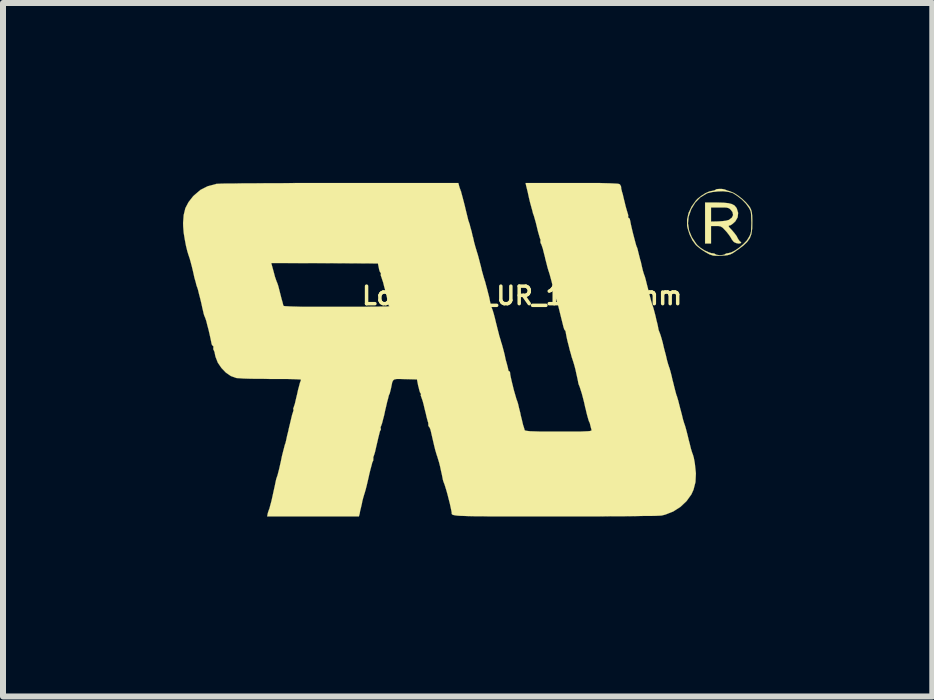
<source format=kicad_pcb>
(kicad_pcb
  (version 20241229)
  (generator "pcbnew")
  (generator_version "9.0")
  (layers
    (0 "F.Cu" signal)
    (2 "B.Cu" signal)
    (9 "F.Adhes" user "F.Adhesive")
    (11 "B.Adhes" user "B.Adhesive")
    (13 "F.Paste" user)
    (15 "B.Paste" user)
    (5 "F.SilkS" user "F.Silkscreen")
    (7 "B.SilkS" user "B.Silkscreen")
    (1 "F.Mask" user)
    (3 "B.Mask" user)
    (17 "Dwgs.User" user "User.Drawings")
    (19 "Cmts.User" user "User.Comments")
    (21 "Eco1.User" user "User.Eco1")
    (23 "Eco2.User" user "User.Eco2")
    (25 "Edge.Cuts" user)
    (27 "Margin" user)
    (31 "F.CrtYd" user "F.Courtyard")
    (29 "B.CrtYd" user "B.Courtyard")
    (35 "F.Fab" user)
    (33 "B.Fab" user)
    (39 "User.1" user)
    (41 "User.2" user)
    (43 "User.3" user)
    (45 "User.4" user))
  (footprint "Logo_silk_UR_10x5.6mm"
    (layer "F.Cu")
    (at 4.754 2.78)
    (property "Reference" "Logo_silk_UR_10x5.6mm" (at 0.9 -0.9 0) (layer "F.SilkS") (effects (font (size 0.292 0.292) (thickness 0.058))))
    (attr through_hole)
    (fp_poly (pts (xy 4.552 -1.788) (xy 4.539 -1.773) (xy 4.506 -1.77) (xy 4.468 -1.778) (xy 4.435 -1.793) (xy 4.425 -1.801) (xy 4.397 -1.836) (xy 4.374 -1.877) (xy 4.348 -1.915) (xy 4.31 -1.963) (xy 4.282 -1.994) (xy 4.242 -2.035) (xy 4.209 -2.055) (xy 4.173 -2.062) (xy 4.133 -2.062) (xy 4.049 -2.062) (xy 4.049 -1.918) (xy 4.049 -1.77) (xy 3.998 -1.77) (xy 3.95 -1.77) (xy 3.95 -2.113) (xy 3.95 -2.454) (xy 4.145 -2.454) (xy 4.255 -2.451) (xy 4.338 -2.443) (xy 4.397 -2.428) (xy 4.44 -2.405) (xy 4.468 -2.372) (xy 4.478 -2.357) (xy 4.501 -2.281) (xy 4.493 -2.207) (xy 4.455 -2.141) (xy 4.453 -2.139) (xy 4.417 -2.106) (xy 4.417 -2.245) (xy 4.407 -2.294) (xy 4.381 -2.329) (xy 4.361 -2.349) (xy 4.338 -2.362) (xy 4.305 -2.37) (xy 4.257 -2.372) (xy 4.196 -2.372) (xy 4.049 -2.372) (xy 4.049 -2.256) (xy 4.049 -2.136) (xy 4.176 -2.139) (xy 4.242 -2.144) (xy 4.3 -2.151) (xy 4.338 -2.162) (xy 4.343 -2.162) (xy 4.397 -2.202) (xy 4.417 -2.245) (xy 4.417 -2.106) (xy 4.415 -2.103) (xy 4.379 -2.078) (xy 4.366 -2.073) (xy 4.346 -2.068) (xy 4.343 -2.057) (xy 4.356 -2.037) (xy 4.389 -2.002) (xy 4.397 -1.994) (xy 4.44 -1.943) (xy 4.478 -1.892) (xy 4.491 -1.864) (xy 4.514 -1.826) (xy 4.531 -1.806) (xy 4.536 -1.803) (xy 4.552 -1.791) (xy 4.552 -1.788)) (stroke (width 0.003) (type solid)) (fill yes) (layer "F.SilkS"))
    (fp_poly (pts (xy 4.737 -2.126) (xy 4.735 -2.017) (xy 4.722 -1.93) (xy 4.722 -1.928) (xy 4.722 -2.108) (xy 4.722 -2.121) (xy 4.719 -2.202) (xy 4.717 -2.258) (xy 4.712 -2.299) (xy 4.699 -2.332) (xy 4.681 -2.365) (xy 4.676 -2.372) (xy 4.63 -2.436) (xy 4.564 -2.504) (xy 4.488 -2.563) (xy 4.417 -2.609) (xy 4.404 -2.614) (xy 4.341 -2.631) (xy 4.255 -2.642) (xy 4.161 -2.639) (xy 4.072 -2.629) (xy 3.993 -2.611) (xy 3.975 -2.603) (xy 3.871 -2.54) (xy 3.785 -2.451) (xy 3.719 -2.342) (xy 3.675 -2.215) (xy 3.665 -2.106) (xy 3.683 -1.989) (xy 3.729 -1.877) (xy 3.8 -1.77) (xy 3.825 -1.74) (xy 3.876 -1.697) (xy 3.94 -1.656) (xy 4.006 -1.626) (xy 4.059 -1.608) (xy 4.072 -1.608) (xy 4.105 -1.603) (xy 4.12 -1.593) (xy 4.143 -1.582) (xy 4.183 -1.577) (xy 4.201 -1.575) (xy 4.247 -1.58) (xy 4.277 -1.587) (xy 4.282 -1.593) (xy 4.305 -1.605) (xy 4.331 -1.608) (xy 4.384 -1.621) (xy 4.45 -1.654) (xy 4.519 -1.702) (xy 4.587 -1.76) (xy 4.646 -1.821) (xy 4.676 -1.869) (xy 4.696 -1.905) (xy 4.709 -1.938) (xy 4.717 -1.976) (xy 4.719 -2.032) (xy 4.722 -2.108) (xy 4.722 -1.928) (xy 4.696 -1.859) (xy 4.651 -1.796) (xy 4.587 -1.735) (xy 4.498 -1.669) (xy 4.475 -1.654) (xy 4.417 -1.613) (xy 4.371 -1.59) (xy 4.328 -1.577) (xy 4.275 -1.57) (xy 4.242 -1.57) (xy 4.176 -1.567) (xy 4.12 -1.567) (xy 4.082 -1.57) (xy 4.023 -1.59) (xy 3.955 -1.628) (xy 3.884 -1.674) (xy 3.823 -1.722) (xy 3.797 -1.745) (xy 3.739 -1.824) (xy 3.691 -1.923) (xy 3.658 -2.029) (xy 3.65 -2.065) (xy 3.65 -2.172) (xy 3.675 -2.281) (xy 3.726 -2.388) (xy 3.795 -2.484) (xy 3.823 -2.515) (xy 3.886 -2.565) (xy 3.955 -2.609) (xy 4.023 -2.639) (xy 4.074 -2.649) (xy 4.107 -2.657) (xy 4.12 -2.664) (xy 4.143 -2.677) (xy 4.183 -2.68) (xy 4.232 -2.68) (xy 4.275 -2.672) (xy 4.288 -2.667) (xy 4.321 -2.654) (xy 4.369 -2.639) (xy 4.381 -2.634) (xy 4.435 -2.611) (xy 4.501 -2.568) (xy 4.569 -2.515) (xy 4.633 -2.454) (xy 4.681 -2.398) (xy 4.702 -2.367) (xy 4.719 -2.329) (xy 4.729 -2.289) (xy 4.735 -2.238) (xy 4.737 -2.164) (xy 4.737 -2.126)) (stroke (width 0.003) (type solid)) (fill yes) (layer "F.SilkS"))
    (fp_poly (pts (xy 3.797 2.06) (xy 3.79 2.207) (xy 3.757 2.334) (xy 3.721 2.413) (xy 3.64 2.525) (xy 3.538 2.621) (xy 3.419 2.697) (xy 3.289 2.748) (xy 3.226 2.764) (xy 3.193 2.766) (xy 3.129 2.769) (xy 3.038 2.771) (xy 2.918 2.771) (xy 2.771 2.774) (xy 2.601 2.776) (xy 2.405 2.776) (xy 2.189 2.779) (xy 1.953 2.779) (xy 1.699 2.779) (xy 1.448 2.779) (xy 1.173 2.779) (xy 0.932 2.779) (xy 0.716 2.779) (xy 0.528 2.779) (xy 0.366 2.779) (xy 0.226 2.776) (xy 0.109 2.776) (xy 0.013 2.774) (xy -0.066 2.771) (xy -0.13 2.769) (xy -0.178 2.766) (xy -0.216 2.761) (xy -0.241 2.756) (xy -0.259 2.751) (xy -0.269 2.743) (xy -0.274 2.736) (xy -0.274 2.728) (xy -0.274 2.718) (xy -0.274 2.715) (xy -0.279 2.687) (xy -0.29 2.634) (xy -0.305 2.565) (xy -0.325 2.487) (xy -0.345 2.408) (xy -0.366 2.334) (xy -0.384 2.276) (xy -0.396 2.238) (xy -0.399 2.233) (xy -0.414 2.192) (xy -0.422 2.164) (xy -0.422 2.162) (xy -0.427 2.136) (xy -0.437 2.085) (xy -0.452 2.019) (xy -0.467 1.948) (xy -0.485 1.877) (xy -0.503 1.819) (xy -0.516 1.775) (xy -0.521 1.763) (xy -0.531 1.73) (xy -0.549 1.669) (xy -0.569 1.587) (xy -0.592 1.488) (xy -0.617 1.379) (xy -0.617 1.377) (xy -0.63 1.326) (xy -0.645 1.293) (xy -0.653 1.283) (xy -0.663 1.27) (xy -0.663 1.255) (xy -0.665 1.217) (xy -0.671 1.201) (xy -0.678 1.176) (xy -0.691 1.128) (xy -0.706 1.062) (xy -0.724 0.991) (xy -0.742 0.914) (xy -0.759 0.851) (xy -0.775 0.805) (xy -0.782 0.785) (xy -0.792 0.757) (xy -0.787 0.749) (xy -0.787 0.732) (xy -0.792 0.729) (xy -0.803 0.711) (xy -0.815 0.671) (xy -0.828 0.615) (xy -0.831 0.61) (xy -0.853 0.495) (xy -1.052 0.49) (xy -1.135 0.488) (xy -1.191 0.488) (xy -1.229 0.495) (xy -1.25 0.511) (xy -1.265 0.541) (xy -1.275 0.589) (xy -1.285 0.64) (xy -1.298 0.693) (xy -1.308 0.732) (xy -1.311 0.737) (xy -1.311 -0.724) (xy -1.331 -0.747) (xy -1.331 -0.757) (xy -1.336 -0.785) (xy -1.346 -0.838) (xy -1.361 -0.907) (xy -1.379 -0.98) (xy -1.4 -1.054) (xy -1.417 -1.123) (xy -1.435 -1.176) (xy -1.445 -1.209) (xy -1.448 -1.214) (xy -1.458 -1.245) (xy -1.455 -1.26) (xy -1.455 -1.28) (xy -1.46 -1.283) (xy -1.471 -1.298) (xy -1.483 -1.333) (xy -1.488 -1.361) (xy -1.504 -1.438) (xy -2.393 -1.443) (xy -3.282 -1.445) (xy -3.239 -1.288) (xy -3.221 -1.219) (xy -3.203 -1.166) (xy -3.19 -1.13) (xy -3.185 -1.12) (xy -3.178 -1.102) (xy -3.165 -1.062) (xy -3.155 -1.024) (xy -3.137 -0.953) (xy -3.117 -0.874) (xy -3.109 -0.843) (xy -3.094 -0.792) (xy -3.084 -0.749) (xy -3.078 -0.734) (xy -3.071 -0.729) (xy -3.048 -0.726) (xy -3.01 -0.724) (xy -2.954 -0.721) (xy -2.878 -0.719) (xy -2.776 -0.716) (xy -2.652 -0.716) (xy -2.502 -0.716) (xy -2.322 -0.716) (xy -2.182 -0.716) (xy -2.017 -0.716) (xy -1.862 -0.716) (xy -1.72 -0.716) (xy -1.595 -0.719) (xy -1.488 -0.719) (xy -1.405 -0.721) (xy -1.346 -0.721) (xy -1.316 -0.724) (xy -1.311 -0.724) (xy -1.311 0.737) (xy -1.316 0.747) (xy -1.323 0.765) (xy -1.333 0.808) (xy -1.351 0.874) (xy -1.369 0.953) (xy -1.382 1.006) (xy -1.4 1.092) (xy -1.42 1.168) (xy -1.435 1.227) (xy -1.448 1.262) (xy -1.45 1.27) (xy -1.46 1.29) (xy -1.458 1.303) (xy -1.455 1.333) (xy -1.46 1.341) (xy -1.471 1.361) (xy -1.483 1.41) (xy -1.499 1.473) (xy -1.516 1.549) (xy -1.519 1.56) (xy -1.537 1.638) (xy -1.552 1.704) (xy -1.567 1.753) (xy -1.575 1.775) (xy -1.577 1.778) (xy -1.582 1.803) (xy -1.58 1.814) (xy -1.582 1.847) (xy -1.587 1.857) (xy -1.598 1.88) (xy -1.61 1.928) (xy -1.628 1.994) (xy -1.648 2.075) (xy -1.656 2.113) (xy -1.676 2.2) (xy -1.694 2.276) (xy -1.709 2.334) (xy -1.72 2.372) (xy -1.722 2.38) (xy -1.732 2.41) (xy -1.748 2.464) (xy -1.765 2.53) (xy -1.77 2.56) (xy -1.786 2.629) (xy -1.801 2.69) (xy -1.808 2.733) (xy -1.811 2.743) (xy -1.821 2.779) (xy -2.586 2.779) (xy -3.35 2.779) (xy -3.34 2.725) (xy -3.327 2.685) (xy -3.317 2.657) (xy -3.315 2.657) (xy -3.31 2.637) (xy -3.297 2.588) (xy -3.279 2.522) (xy -3.261 2.441) (xy -3.241 2.349) (xy -3.221 2.258) (xy -3.208 2.195) (xy -3.198 2.151) (xy -3.188 2.123) (xy -3.188 2.121) (xy -3.18 2.101) (xy -3.167 2.052) (xy -3.15 1.986) (xy -3.132 1.905) (xy -3.122 1.862) (xy -3.104 1.773) (xy -3.084 1.694) (xy -3.068 1.633) (xy -3.058 1.593) (xy -3.056 1.585) (xy -3.045 1.557) (xy -3.033 1.506) (xy -3.018 1.435) (xy -2.997 1.351) (xy -2.99 1.316) (xy -2.969 1.229) (xy -2.951 1.153) (xy -2.936 1.09) (xy -2.924 1.052) (xy -2.921 1.044) (xy -2.911 1.011) (xy -2.913 0.996) (xy -2.916 0.975) (xy -2.911 0.968) (xy -2.903 0.945) (xy -2.888 0.899) (xy -2.873 0.833) (xy -2.855 0.757) (xy -2.852 0.747) (xy -2.835 0.668) (xy -2.817 0.602) (xy -2.804 0.551) (xy -2.794 0.526) (xy -2.786 0.503) (xy -2.789 0.498) (xy -2.809 0.495) (xy -2.855 0.493) (xy -2.926 0.49) (xy -3.018 0.488) (xy -3.127 0.488) (xy -3.246 0.488) (xy -3.292 0.488) (xy -3.419 0.485) (xy -3.541 0.485) (xy -3.65 0.483) (xy -3.744 0.48) (xy -3.815 0.475) (xy -3.861 0.472) (xy -3.868 0.47) (xy -3.955 0.439) (xy -4.039 0.381) (xy -4.112 0.305) (xy -4.173 0.216) (xy -4.211 0.119) (xy -4.219 0.084) (xy -4.227 0.041) (xy -4.239 0.01) (xy -4.242 0.008) (xy -4.249 -0.01) (xy -4.247 -0.03) (xy -4.247 -0.058) (xy -4.255 -0.064) (xy -4.27 -0.079) (xy -4.28 -0.112) (xy -4.28 -0.117) (xy -4.293 -0.18) (xy -4.31 -0.257) (xy -4.328 -0.335) (xy -4.348 -0.409) (xy -4.364 -0.475) (xy -4.379 -0.521) (xy -4.387 -0.541) (xy -4.399 -0.569) (xy -4.412 -0.612) (xy -4.412 -0.617) (xy -4.43 -0.693) (xy -4.448 -0.777) (xy -4.468 -0.859) (xy -4.488 -0.935) (xy -4.503 -0.998) (xy -4.516 -1.039) (xy -4.519 -1.046) (xy -4.529 -1.074) (xy -4.542 -1.128) (xy -4.562 -1.196) (xy -4.58 -1.278) (xy -4.585 -1.3) (xy -4.605 -1.384) (xy -4.625 -1.46) (xy -4.643 -1.524) (xy -4.656 -1.562) (xy -4.658 -1.567) (xy -4.681 -1.641) (xy -4.704 -1.735) (xy -4.724 -1.841) (xy -4.742 -1.951) (xy -4.75 -2.052) (xy -4.752 -2.113) (xy -4.742 -2.245) (xy -4.714 -2.36) (xy -4.661 -2.461) (xy -4.585 -2.558) (xy -4.569 -2.573) (xy -4.463 -2.664) (xy -4.343 -2.725) (xy -4.206 -2.761) (xy -4.204 -2.764) (xy -4.171 -2.766) (xy -4.107 -2.769) (xy -4.013 -2.771) (xy -3.889 -2.771) (xy -3.739 -2.774) (xy -3.559 -2.774) (xy -3.353 -2.776) (xy -3.124 -2.776) (xy -2.868 -2.779) (xy -2.591 -2.779) (xy -2.291 -2.779) (xy -2.134 -2.779) (xy -0.163 -2.779) (xy -0.152 -2.736) (xy -0.14 -2.695) (xy -0.132 -2.675) (xy -0.122 -2.644) (xy -0.119 -2.642) (xy -0.112 -2.611) (xy -0.109 -2.601) (xy -0.102 -2.576) (xy -0.089 -2.527) (xy -0.071 -2.459) (xy -0.051 -2.38) (xy -0.048 -2.365) (xy -0.028 -2.283) (xy -0.01 -2.21) (xy 0.003 -2.156) (xy 0.015 -2.123) (xy 0.015 -2.121) (xy 0.025 -2.093) (xy 0.038 -2.04) (xy 0.058 -1.971) (xy 0.076 -1.89) (xy 0.081 -1.877) (xy 0.099 -1.796) (xy 0.119 -1.722) (xy 0.135 -1.669) (xy 0.145 -1.636) (xy 0.145 -1.633) (xy 0.155 -1.605) (xy 0.17 -1.552) (xy 0.188 -1.483) (xy 0.208 -1.405) (xy 0.211 -1.397) (xy 0.229 -1.318) (xy 0.249 -1.247) (xy 0.264 -1.194) (xy 0.274 -1.163) (xy 0.274 -1.161) (xy 0.284 -1.133) (xy 0.297 -1.082) (xy 0.315 -1.016) (xy 0.333 -0.945) (xy 0.351 -0.876) (xy 0.363 -0.815) (xy 0.371 -0.775) (xy 0.373 -0.762) (xy 0.378 -0.737) (xy 0.394 -0.696) (xy 0.396 -0.693) (xy 0.409 -0.658) (xy 0.427 -0.599) (xy 0.447 -0.523) (xy 0.467 -0.439) (xy 0.47 -0.429) (xy 0.49 -0.348) (xy 0.508 -0.279) (xy 0.521 -0.226) (xy 0.531 -0.196) (xy 0.531 -0.193) (xy 0.541 -0.163) (xy 0.544 -0.152) (xy 0.551 -0.124) (xy 0.556 -0.112) (xy 0.564 -0.086) (xy 0.577 -0.038) (xy 0.594 0.025) (xy 0.61 0.089) (xy 0.625 0.163) (xy 0.643 0.226) (xy 0.655 0.272) (xy 0.66 0.292) (xy 0.668 0.325) (xy 0.668 0.335) (xy 0.676 0.356) (xy 0.681 0.356) (xy 0.696 0.368) (xy 0.699 0.381) (xy 0.701 0.409) (xy 0.711 0.46) (xy 0.726 0.526) (xy 0.744 0.599) (xy 0.762 0.673) (xy 0.782 0.742) (xy 0.798 0.798) (xy 0.808 0.831) (xy 0.81 0.836) (xy 0.818 0.856) (xy 0.833 0.904) (xy 0.848 0.97) (xy 0.869 1.052) (xy 0.876 1.09) (xy 0.897 1.173) (xy 0.914 1.247) (xy 0.932 1.303) (xy 0.942 1.339) (xy 0.945 1.344) (xy 0.958 1.349) (xy 0.988 1.354) (xy 1.034 1.359) (xy 1.102 1.361) (xy 1.196 1.364) (xy 1.316 1.364) (xy 1.463 1.364) (xy 1.514 1.364) (xy 1.664 1.364) (xy 1.783 1.364) (xy 1.875 1.364) (xy 1.946 1.361) (xy 1.994 1.359) (xy 2.027 1.356) (xy 2.047 1.351) (xy 2.057 1.346) (xy 2.057 1.339) (xy 2.057 1.336) (xy 2.047 1.3) (xy 2.037 1.26) (xy 2.027 1.219) (xy 2.014 1.194) (xy 2.007 1.173) (xy 1.994 1.128) (xy 1.976 1.062) (xy 1.958 0.983) (xy 1.951 0.958) (xy 1.933 0.876) (xy 1.915 0.805) (xy 1.9 0.749) (xy 1.892 0.719) (xy 1.89 0.714) (xy 1.88 0.683) (xy 1.877 0.673) (xy 1.869 0.648) (xy 1.857 0.612) (xy 1.841 0.574) (xy 1.836 0.551) (xy 1.831 0.523) (xy 1.821 0.475) (xy 1.806 0.409) (xy 1.791 0.338) (xy 1.773 0.269) (xy 1.755 0.208) (xy 1.742 0.168) (xy 1.737 0.152) (xy 1.727 0.124) (xy 1.714 0.074) (xy 1.694 0.005) (xy 1.676 -0.069) (xy 1.656 -0.145) (xy 1.641 -0.213) (xy 1.631 -0.267) (xy 1.626 -0.297) (xy 1.626 -0.3) (xy 1.618 -0.32) (xy 1.613 -0.323) (xy 1.603 -0.338) (xy 1.59 -0.376) (xy 1.58 -0.417) (xy 1.547 -0.549) (xy 1.521 -0.655) (xy 1.501 -0.737) (xy 1.486 -0.787) (xy 1.478 -0.803) (xy 1.471 -0.831) (xy 1.455 -0.884) (xy 1.438 -0.953) (xy 1.417 -1.034) (xy 1.412 -1.046) (xy 1.394 -1.128) (xy 1.374 -1.201) (xy 1.359 -1.257) (xy 1.349 -1.288) (xy 1.349 -1.29) (xy 1.339 -1.318) (xy 1.323 -1.372) (xy 1.306 -1.44) (xy 1.285 -1.521) (xy 1.283 -1.534) (xy 1.262 -1.615) (xy 1.245 -1.684) (xy 1.227 -1.737) (xy 1.217 -1.765) (xy 1.214 -1.765) (xy 1.204 -1.796) (xy 1.206 -1.808) (xy 1.206 -1.839) (xy 1.201 -1.847) (xy 1.194 -1.867) (xy 1.181 -1.913) (xy 1.163 -1.976) (xy 1.146 -2.047) (xy 1.128 -2.121) (xy 1.11 -2.184) (xy 1.097 -2.23) (xy 1.09 -2.25) (xy 1.079 -2.278) (xy 1.079 -2.283) (xy 1.072 -2.311) (xy 1.069 -2.324) (xy 1.062 -2.347) (xy 1.049 -2.395) (xy 1.031 -2.461) (xy 1.013 -2.537) (xy 0.996 -2.616) (xy 0.978 -2.69) (xy 0.965 -2.743) (xy 0.958 -2.779) (xy 1.732 -2.779) (xy 1.913 -2.779) (xy 2.065 -2.779) (xy 2.189 -2.779) (xy 2.291 -2.776) (xy 2.37 -2.774) (xy 2.428 -2.771) (xy 2.471 -2.769) (xy 2.502 -2.766) (xy 2.52 -2.761) (xy 2.53 -2.756) (xy 2.548 -2.725) (xy 2.55 -2.71) (xy 2.553 -2.677) (xy 2.558 -2.664) (xy 2.563 -2.639) (xy 2.578 -2.591) (xy 2.593 -2.525) (xy 2.609 -2.461) (xy 2.626 -2.39) (xy 2.644 -2.327) (xy 2.657 -2.283) (xy 2.662 -2.268) (xy 2.67 -2.238) (xy 2.667 -2.223) (xy 2.672 -2.197) (xy 2.68 -2.195) (xy 2.695 -2.182) (xy 2.697 -2.169) (xy 2.703 -2.141) (xy 2.713 -2.09) (xy 2.728 -2.024) (xy 2.746 -1.948) (xy 2.766 -1.872) (xy 2.784 -1.803) (xy 2.799 -1.748) (xy 2.809 -1.717) (xy 2.812 -1.714) (xy 2.822 -1.687) (xy 2.835 -1.633) (xy 2.852 -1.565) (xy 2.873 -1.483) (xy 2.878 -1.471) (xy 2.896 -1.389) (xy 2.913 -1.318) (xy 2.929 -1.265) (xy 2.939 -1.237) (xy 2.941 -1.234) (xy 2.949 -1.209) (xy 2.962 -1.161) (xy 2.979 -1.092) (xy 3 -1.011) (xy 3.007 -0.98) (xy 3.028 -0.899) (xy 3.045 -0.831) (xy 3.061 -0.777) (xy 3.068 -0.749) (xy 3.071 -0.747) (xy 3.078 -0.729) (xy 3.091 -0.686) (xy 3.106 -0.63) (xy 3.124 -0.561) (xy 3.139 -0.493) (xy 3.155 -0.432) (xy 3.165 -0.384) (xy 3.17 -0.356) (xy 3.175 -0.33) (xy 3.19 -0.29) (xy 3.193 -0.284) (xy 3.205 -0.251) (xy 3.223 -0.193) (xy 3.244 -0.117) (xy 3.264 -0.03) (xy 3.274 0.008) (xy 3.297 0.094) (xy 3.315 0.173) (xy 3.332 0.234) (xy 3.345 0.274) (xy 3.348 0.284) (xy 3.358 0.31) (xy 3.373 0.363) (xy 3.391 0.432) (xy 3.409 0.513) (xy 3.414 0.528) (xy 3.434 0.61) (xy 3.452 0.681) (xy 3.467 0.737) (xy 3.477 0.77) (xy 3.48 0.772) (xy 3.487 0.798) (xy 3.503 0.851) (xy 3.52 0.919) (xy 3.541 1.001) (xy 3.543 1.006) (xy 3.564 1.087) (xy 3.581 1.158) (xy 3.597 1.212) (xy 3.607 1.242) (xy 3.617 1.27) (xy 3.632 1.323) (xy 3.65 1.392) (xy 3.67 1.473) (xy 3.675 1.496) (xy 3.696 1.575) (xy 3.713 1.646) (xy 3.729 1.699) (xy 3.739 1.73) (xy 3.741 1.732) (xy 3.749 1.755) (xy 3.762 1.801) (xy 3.774 1.864) (xy 3.78 1.902) (xy 3.797 2.06)) (stroke (width 0.003) (type solid)) (fill yes) (layer "F.SilkS")))
  (gr_rect
    (start -3 -3)
    (end 12.492 8.56)
    (stroke (width 0.1) (type default))
    (fill no)
    (layer "Edge.Cuts")))
</source>
